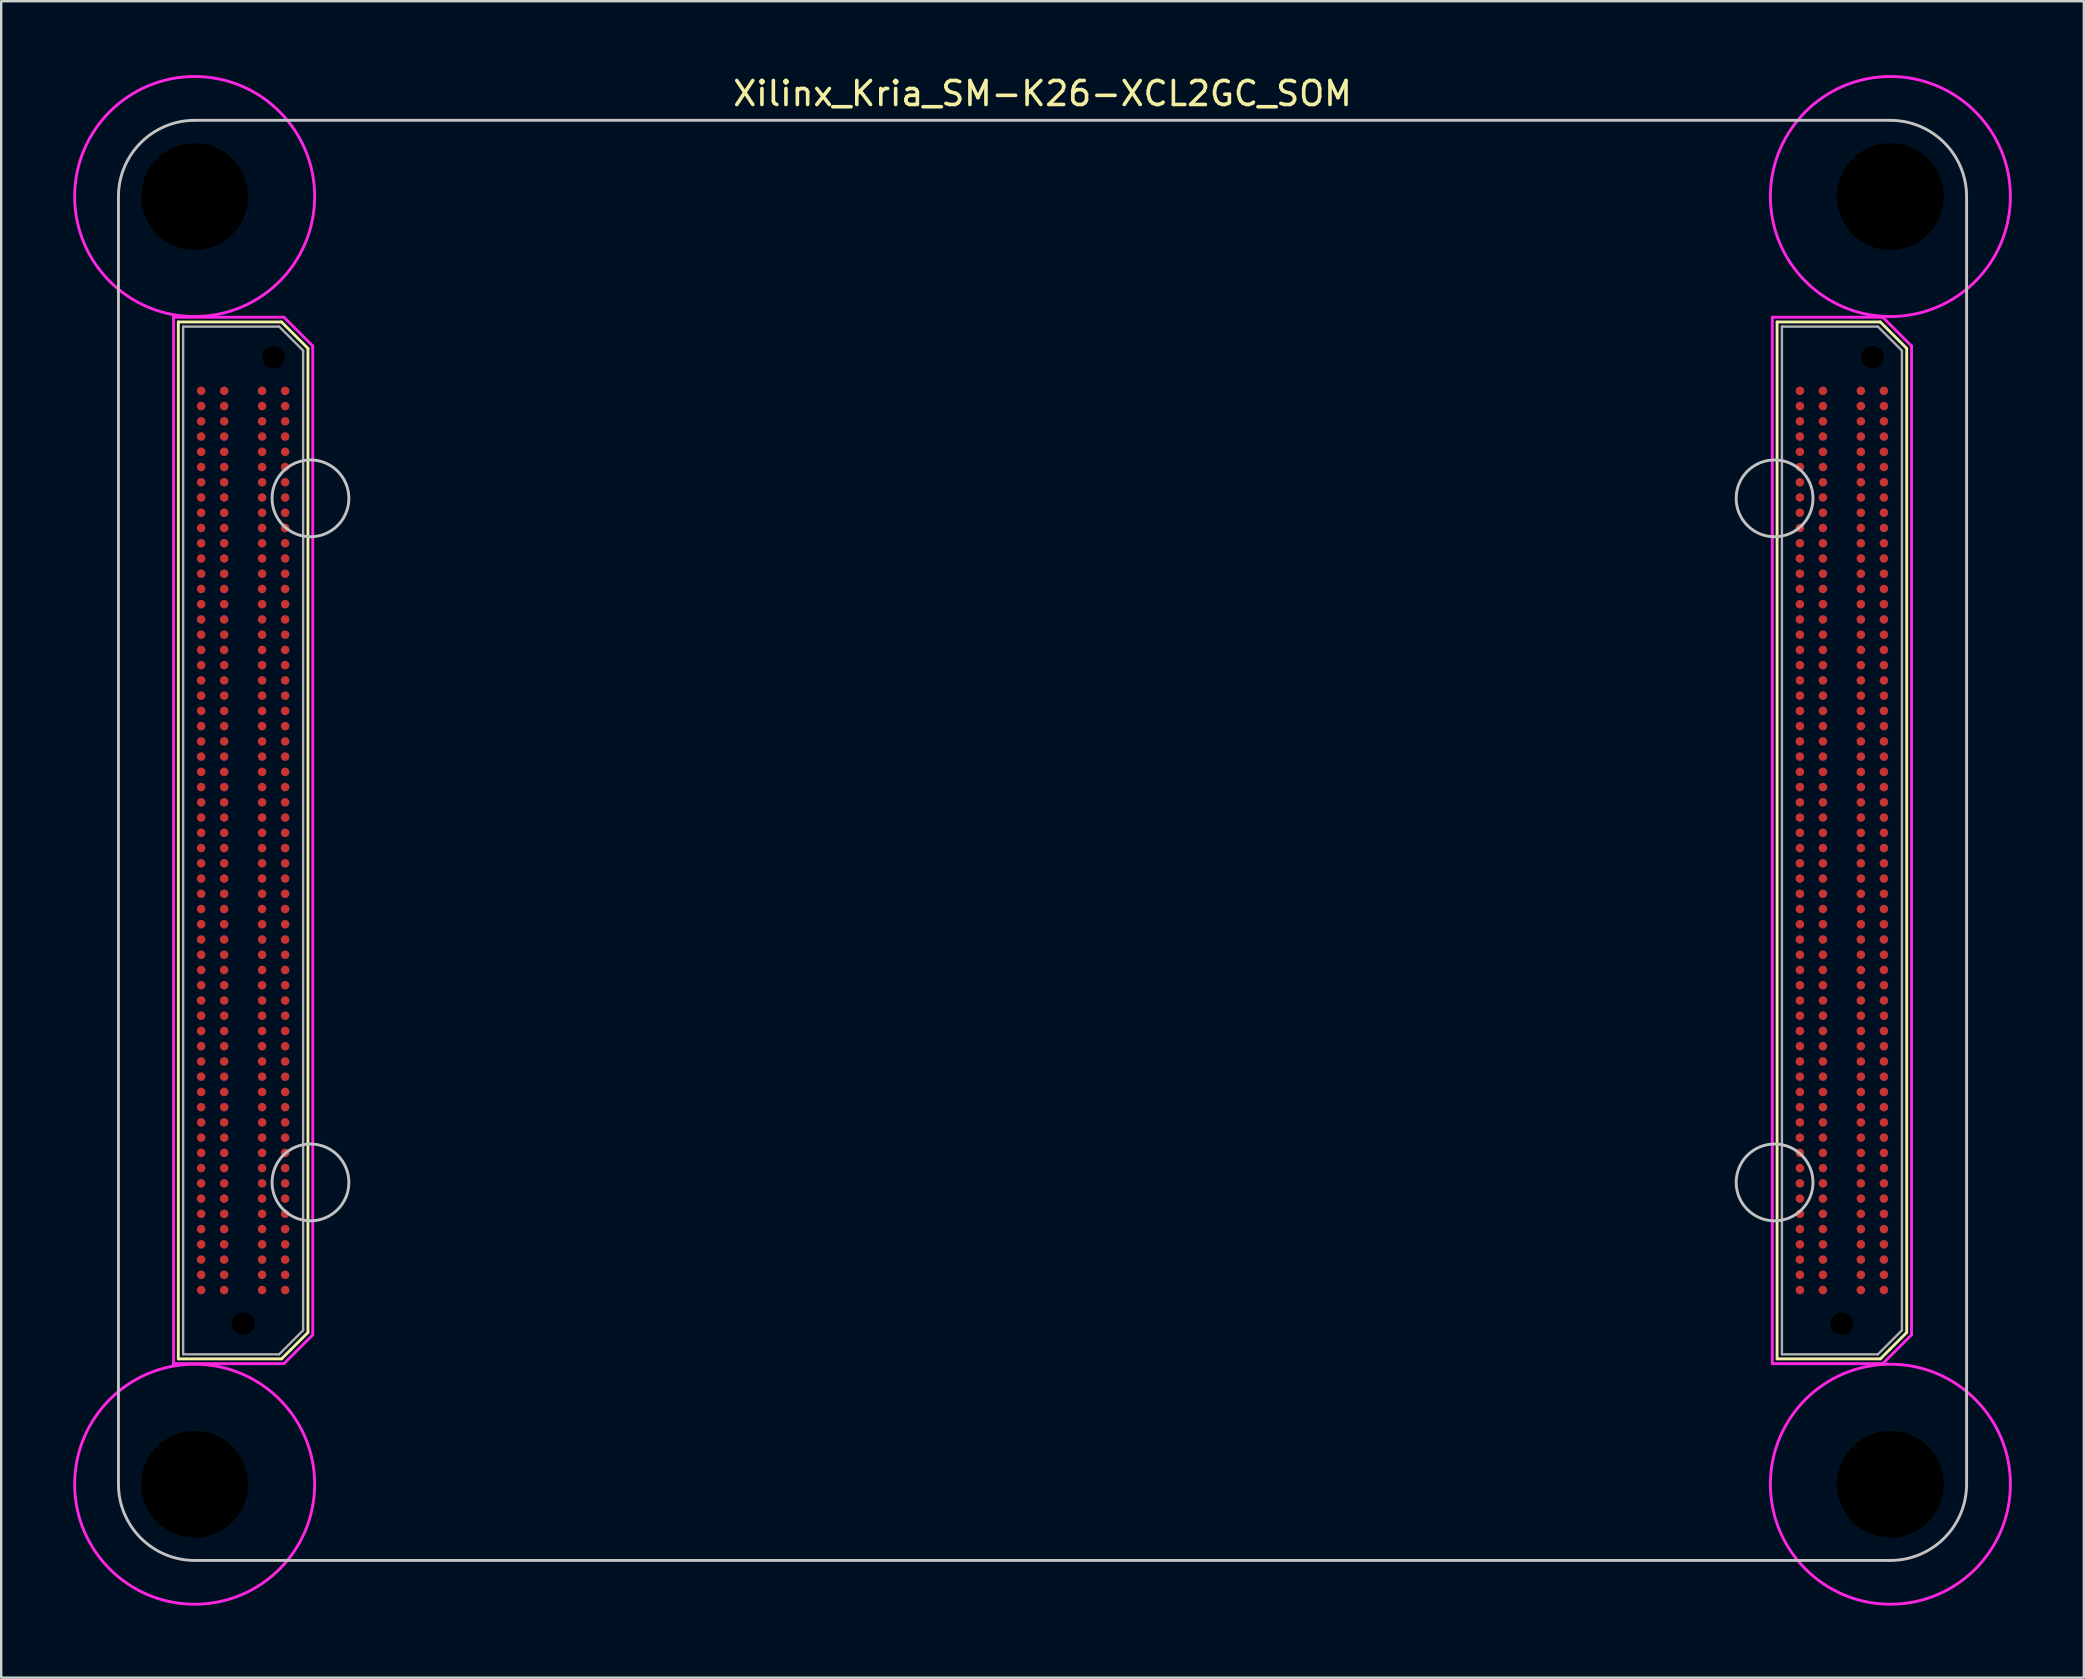
<source format=kicad_pcb>
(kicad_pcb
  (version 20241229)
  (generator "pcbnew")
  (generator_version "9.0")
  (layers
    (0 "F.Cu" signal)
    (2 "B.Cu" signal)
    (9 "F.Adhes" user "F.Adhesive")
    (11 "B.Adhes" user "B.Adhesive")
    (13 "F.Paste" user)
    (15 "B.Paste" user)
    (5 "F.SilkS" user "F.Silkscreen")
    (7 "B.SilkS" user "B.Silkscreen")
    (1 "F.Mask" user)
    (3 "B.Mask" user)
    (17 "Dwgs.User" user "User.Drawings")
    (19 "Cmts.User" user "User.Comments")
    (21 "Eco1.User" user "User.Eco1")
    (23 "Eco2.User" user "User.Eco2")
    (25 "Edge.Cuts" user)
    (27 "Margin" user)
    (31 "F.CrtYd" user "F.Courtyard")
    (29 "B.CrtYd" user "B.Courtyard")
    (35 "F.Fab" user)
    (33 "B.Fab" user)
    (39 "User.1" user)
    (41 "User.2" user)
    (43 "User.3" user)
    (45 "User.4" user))
  (footprint "Xilinx_Kria_SM-K26-XCL2GC_SOM"
    (layer "F.Cu")
    (at 40.385 31.963)
    (property "Reference" "Xilinx_Kria_SM-K26-XCL2GC_SOM" (at 0 -31.115 0) (unlocked yes) (layer "F.SilkS") (effects (font (size 1 1) (thickness 0.15))))
    (fp_line (start -36.005 -21.598) (end -36.005 21.602) (stroke (width 0.12) (type solid)) (layer "F.SilkS"))
    (fp_line (start -36.005 -21.598) (end -31.705 -21.598) (stroke (width 0.12) (type solid)) (layer "F.SilkS"))
    (fp_line (start -36.005 21.602) (end -31.705 21.602) (stroke (width 0.12) (type solid)) (layer "F.SilkS"))
    (fp_line (start -31.705 -21.598) (end -30.605 -20.497) (stroke (width 0.12) (type solid)) (layer "F.SilkS"))
    (fp_line (start -31.705 21.602) (end -31.305 21.203) (stroke (width 0.12) (type solid)) (layer "F.SilkS"))
    (fp_line (start -31.305 21.203) (end -30.605 20.503) (stroke (width 0.12) (type solid)) (layer "F.SilkS"))
    (fp_line (start -30.605 20.503) (end -30.605 -20.497) (stroke (width 0.12) (type solid)) (layer "F.SilkS"))
    (fp_line (start 30.605 -21.598) (end 30.605 21.602) (stroke (width 0.12) (type solid)) (layer "F.SilkS"))
    (fp_line (start 30.605 -21.598) (end 34.905 -21.598) (stroke (width 0.12) (type solid)) (layer "F.SilkS"))
    (fp_line (start 30.605 21.602) (end 34.905 21.602) (stroke (width 0.12) (type solid)) (layer "F.SilkS"))
    (fp_line (start 34.905 -21.598) (end 36.005 -20.497) (stroke (width 0.12) (type solid)) (layer "F.SilkS"))
    (fp_line (start 34.905 21.602) (end 35.305 21.203) (stroke (width 0.12) (type solid)) (layer "F.SilkS"))
    (fp_line (start 35.305 21.203) (end 36.005 20.503) (stroke (width 0.12) (type solid)) (layer "F.SilkS"))
    (fp_line (start 36.005 20.503) (end 36.005 -20.497) (stroke (width 0.12) (type solid)) (layer "F.SilkS"))
    (fp_line (start -38.5 -26.82) (end -38.5 26.82) (stroke (width 0.12) (type solid)) (layer "Dwgs.User"))
    (fp_line (start -35.32 -30) (end 35.32 -30) (stroke (width 0.12) (type solid)) (layer "Dwgs.User"))
    (fp_line (start 35.32 30) (end -35.32 30) (stroke (width 0.12) (type solid)) (layer "Dwgs.User"))
    (fp_line (start 38.5 26.82) (end 38.5 -26.82) (stroke (width 0.12) (type solid)) (layer "Dwgs.User"))
    (fp_arc (start -38.5 -26.82) (mid -37.568601 -29.068599) (end -35.320002 -30) (stroke (width 0.12) (type solid)) (layer "Dwgs.User"))
    (fp_arc (start -35.320001 30.000001) (mid -37.5686 29.0686) (end -38.5 26.82) (stroke (width 0.12) (type solid)) (layer "Dwgs.User"))
    (fp_arc (start 35.320001 -30.000001) (mid 37.5686 -29.0686) (end 38.5 -26.82) (stroke (width 0.12) (type solid)) (layer "Dwgs.User"))
    (fp_arc (start 38.5 26.82) (mid 37.568601 29.068599) (end 35.320002 30) (stroke (width 0.12) (type solid)) (layer "Dwgs.User"))
    (fp_circle (center -30.5 -14.25) (end -28.9 -14.25) (stroke (width 0.12) (type solid)) (fill no) (layer "Dwgs.User"))
    (fp_circle (center -30.5 14.25) (end -28.9 14.25) (stroke (width 0.12) (type solid)) (fill no) (layer "Dwgs.User"))
    (fp_circle (center 30.5 -14.25) (end 32.1 -14.25) (stroke (width 0.12) (type solid)) (fill no) (layer "Dwgs.User"))
    (fp_circle (center 30.5 14.25) (end 32.1 14.25) (stroke (width 0.12) (type solid)) (fill no) (layer "Dwgs.User"))
    (fp_line (start -36.205 21.802) (end -36.205 -21.797) (stroke (width 0.12) (type solid)) (layer "F.CrtYd"))
    (fp_line (start -31.605 -21.797) (end -36.205 -21.797) (stroke (width 0.12) (type solid)) (layer "F.CrtYd"))
    (fp_line (start -31.605 21.802) (end -36.205 21.802) (stroke (width 0.12) (type solid)) (layer "F.CrtYd"))
    (fp_line (start -30.405 -20.598) (end -31.605 -21.797) (stroke (width 0.12) (type solid)) (layer "F.CrtYd"))
    (fp_line (start -30.405 -20.497) (end -30.405 -20.598) (stroke (width 0.12) (type solid)) (layer "F.CrtYd"))
    (fp_line (start -30.405 -20.497) (end -30.405 20.602) (stroke (width 0.12) (type solid)) (layer "F.CrtYd"))
    (fp_line (start -30.405 20.602) (end -31.605 21.802) (stroke (width 0.12) (type solid)) (layer "F.CrtYd"))
    (fp_line (start 30.405 21.802) (end 30.405 -21.797) (stroke (width 0.12) (type solid)) (layer "F.CrtYd"))
    (fp_line (start 35.005 -21.797) (end 30.405 -21.797) (stroke (width 0.12) (type solid)) (layer "F.CrtYd"))
    (fp_line (start 35.005 21.802) (end 30.405 21.802) (stroke (width 0.12) (type solid)) (layer "F.CrtYd"))
    (fp_line (start 36.205 -20.598) (end 35.005 -21.797) (stroke (width 0.12) (type solid)) (layer "F.CrtYd"))
    (fp_line (start 36.205 -20.497) (end 36.205 -20.598) (stroke (width 0.12) (type solid)) (layer "F.CrtYd"))
    (fp_line (start 36.205 -20.497) (end 36.205 20.602) (stroke (width 0.12) (type solid)) (layer "F.CrtYd"))
    (fp_line (start 36.205 20.602) (end 35.005 21.802) (stroke (width 0.12) (type solid)) (layer "F.CrtYd"))
    (fp_circle (center -35.325 -26.825) (end -30.325 -26.825) (stroke (width 0.12) (type solid)) (fill no) (layer "F.CrtYd"))
    (fp_circle (center -35.325 26.825) (end -30.325 26.825) (stroke (width 0.12) (type solid)) (fill no) (layer "F.CrtYd"))
    (fp_circle (center 35.325 -26.825) (end 40.325 -26.825) (stroke (width 0.12) (type solid)) (fill no) (layer "F.CrtYd"))
    (fp_circle (center 35.325 26.825) (end 40.325 26.825) (stroke (width 0.12) (type solid)) (fill no) (layer "F.CrtYd"))
    (fp_line (start -35.805 -21.407) (end -35.805 21.413) (stroke (width 0.1) (type solid)) (layer "F.Fab"))
    (fp_line (start -35.805 -21.407) (end -31.805 -21.407) (stroke (width 0.1) (type solid)) (layer "F.Fab"))
    (fp_line (start -35.805 21.413) (end -31.805 21.413) (stroke (width 0.1) (type solid)) (layer "F.Fab"))
    (fp_line (start -30.805 -20.407) (end -31.805 -21.407) (stroke (width 0.1) (type solid)) (layer "F.Fab"))
    (fp_line (start -30.805 -20.407) (end -30.805 20.413) (stroke (width 0.1) (type solid)) (layer "F.Fab"))
    (fp_line (start -30.805 20.413) (end -31.805 21.413) (stroke (width 0.1) (type solid)) (layer "F.Fab"))
    (fp_line (start 30.805 -21.407) (end 30.805 21.413) (stroke (width 0.1) (type solid)) (layer "F.Fab"))
    (fp_line (start 30.805 -21.407) (end 34.805 -21.407) (stroke (width 0.1) (type solid)) (layer "F.Fab"))
    (fp_line (start 30.805 21.413) (end 34.805 21.413) (stroke (width 0.1) (type solid)) (layer "F.Fab"))
    (fp_line (start 35.805 -20.407) (end 34.805 -21.407) (stroke (width 0.1) (type solid)) (layer "F.Fab"))
    (fp_line (start 35.805 -20.407) (end 35.805 20.413) (stroke (width 0.1) (type solid)) (layer "F.Fab"))
    (fp_line (start 35.805 20.413) (end 34.805 21.413) (stroke (width 0.1) (type solid)) (layer "F.Fab"))
    (pad "" np_thru_hole circle (at -35.325 -26.825) (size 5 5) (drill 4.45) (layers "*.Mask"))
    (pad "" np_thru_hole circle (at -35.325 26.825) (size 5 5) (drill 4.45) (layers "*.Mask"))
    (pad "" np_thru_hole circle (at -33.305 20.137 270) (size 1.05 1.05) (drill 0.95) (layers "*.Mask"))
    (pad "" np_thru_hole circle (at -32.035 -20.133 270) (size 1.05 1.05) (drill 0.95) (layers "*.Mask"))
    (pad "" np_thru_hole circle (at 33.305 20.137 270) (size 1.05 1.05) (drill 0.95) (layers "*.Mask"))
    (pad "" np_thru_hole circle (at 34.575 -20.133 270) (size 1.05 1.05) (drill 0.95) (layers "*.Mask"))
    (pad "" np_thru_hole circle (at 35.325 -26.825) (size 5 5) (drill 4.45) (layers "*.Mask"))
    (pad "" np_thru_hole circle (at 35.325 26.825) (size 5 5) (drill 4.45) (layers "*.Mask"))
    (pad "A1_1" smd circle (at -31.555 18.735 270) (size 0.356 0.356) (layers "F.Cu" "F.Mask" "F.Paste"))
    (pad "A1_2" smd circle (at 35.055 18.735 270) (size 0.356 0.356) (layers "F.Cu" "F.Mask" "F.Paste"))
    (pad "A2_1" smd circle (at -31.555 18.1 270) (size 0.356 0.356) (layers "F.Cu" "F.Mask" "F.Paste"))
    (pad "A2_2" smd circle (at 35.055 18.1 270) (size 0.356 0.356) (layers "F.Cu" "F.Mask" "F.Paste"))
    (pad "A3_1" smd circle (at -31.555 17.465 270) (size 0.356 0.356) (layers "F.Cu" "F.Mask" "F.Paste"))
    (pad "A3_2" smd circle (at 35.055 17.465 270) (size 0.356 0.356) (layers "F.Cu" "F.Mask" "F.Paste"))
    (pad "A4_1" smd circle (at -31.555 16.83 270) (size 0.356 0.356) (layers "F.Cu" "F.Mask" "F.Paste"))
    (pad "A4_2" smd circle (at 35.055 16.83 270) (size 0.356 0.356) (layers "F.Cu" "F.Mask" "F.Paste"))
    (pad "A5_1" smd circle (at -31.555 16.195 270) (size 0.356 0.356) (layers "F.Cu" "F.Mask" "F.Paste"))
    (pad "A5_2" smd circle (at 35.055 16.195 270) (size 0.356 0.356) (layers "F.Cu" "F.Mask" "F.Paste"))
    (pad "A6_1" smd circle (at -31.555 15.56 270) (size 0.356 0.356) (layers "F.Cu" "F.Mask" "F.Paste"))
    (pad "A6_2" smd circle (at 35.055 15.56 270) (size 0.356 0.356) (layers "F.Cu" "F.Mask" "F.Paste"))
    (pad "A7_1" smd circle (at -31.555 14.925 270) (size 0.356 0.356) (layers "F.Cu" "F.Mask" "F.Paste"))
    (pad "A7_2" smd circle (at 35.055 14.925 270) (size 0.356 0.356) (layers "F.Cu" "F.Mask" "F.Paste"))
    (pad "A8_1" smd circle (at -31.555 14.29 270) (size 0.356 0.356) (layers "F.Cu" "F.Mask" "F.Paste"))
    (pad "A8_2" smd circle (at 35.055 14.29 270) (size 0.356 0.356) (layers "F.Cu" "F.Mask" "F.Paste"))
    (pad "A9_1" smd circle (at -31.555 13.655 270) (size 0.356 0.356) (layers "F.Cu" "F.Mask" "F.Paste"))
    (pad "A9_2" smd circle (at 35.055 13.655 270) (size 0.356 0.356) (layers "F.Cu" "F.Mask" "F.Paste"))
    (pad "A10_1" smd circle (at -31.555 13.02 270) (size 0.356 0.356) (layers "F.Cu" "F.Mask" "F.Paste"))
    (pad "A10_2" smd circle (at 35.055 13.02 270) (size 0.356 0.356) (layers "F.Cu" "F.Mask" "F.Paste"))
    (pad "A11_1" smd circle (at -31.555 12.385 270) (size 0.356 0.356) (layers "F.Cu" "F.Mask" "F.Paste"))
    (pad "A11_2" smd circle (at 35.055 12.385 270) (size 0.356 0.356) (layers "F.Cu" "F.Mask" "F.Paste"))
    (pad "A12_1" smd circle (at -31.555 11.75 270) (size 0.356 0.356) (layers "F.Cu" "F.Mask" "F.Paste"))
    (pad "A12_2" smd circle (at 35.055 11.75 270) (size 0.356 0.356) (layers "F.Cu" "F.Mask" "F.Paste"))
    (pad "A13_1" smd circle (at -31.555 11.115 270) (size 0.356 0.356) (layers "F.Cu" "F.Mask" "F.Paste"))
    (pad "A13_2" smd circle (at 35.055 11.115 270) (size 0.356 0.356) (layers "F.Cu" "F.Mask" "F.Paste"))
    (pad "A14_1" smd circle (at -31.555 10.48 270) (size 0.356 0.356) (layers "F.Cu" "F.Mask" "F.Paste"))
    (pad "A14_2" smd circle (at 35.055 10.48 270) (size 0.356 0.356) (layers "F.Cu" "F.Mask" "F.Paste"))
    (pad "A15_1" smd circle (at -31.555 9.845 270) (size 0.356 0.356) (layers "F.Cu" "F.Mask" "F.Paste"))
    (pad "A15_2" smd circle (at 35.055 9.845 270) (size 0.356 0.356) (layers "F.Cu" "F.Mask" "F.Paste"))
    (pad "A16_1" smd circle (at -31.555 9.21 270) (size 0.356 0.356) (layers "F.Cu" "F.Mask" "F.Paste"))
    (pad "A16_2" smd circle (at 35.055 9.21 270) (size 0.356 0.356) (layers "F.Cu" "F.Mask" "F.Paste"))
    (pad "A17_1" smd circle (at -31.555 8.575 270) (size 0.356 0.356) (layers "F.Cu" "F.Mask" "F.Paste"))
    (pad "A17_2" smd circle (at 35.055 8.575 270) (size 0.356 0.356) (layers "F.Cu" "F.Mask" "F.Paste"))
    (pad "A18_1" smd circle (at -31.555 7.94 270) (size 0.356 0.356) (layers "F.Cu" "F.Mask" "F.Paste"))
    (pad "A18_2" smd circle (at 35.055 7.94 270) (size 0.356 0.356) (layers "F.Cu" "F.Mask" "F.Paste"))
    (pad "A19_1" smd circle (at -31.555 7.305 270) (size 0.356 0.356) (layers "F.Cu" "F.Mask" "F.Paste"))
    (pad "A19_2" smd circle (at 35.055 7.305 270) (size 0.356 0.356) (layers "F.Cu" "F.Mask" "F.Paste"))
    (pad "A20_1" smd circle (at -31.555 6.67 270) (size 0.356 0.356) (layers "F.Cu" "F.Mask" "F.Paste"))
    (pad "A20_2" smd circle (at 35.055 6.67 270) (size 0.356 0.356) (layers "F.Cu" "F.Mask" "F.Paste"))
    (pad "A21_1" smd circle (at -31.555 6.035 270) (size 0.356 0.356) (layers "F.Cu" "F.Mask" "F.Paste"))
    (pad "A21_2" smd circle (at 35.055 6.035 270) (size 0.356 0.356) (layers "F.Cu" "F.Mask" "F.Paste"))
    (pad "A22_1" smd circle (at -31.555 5.4 270) (size 0.356 0.356) (layers "F.Cu" "F.Mask" "F.Paste"))
    (pad "A22_2" smd circle (at 35.055 5.4 270) (size 0.356 0.356) (layers "F.Cu" "F.Mask" "F.Paste"))
    (pad "A23_1" smd circle (at -31.555 4.765 270) (size 0.356 0.356) (layers "F.Cu" "F.Mask" "F.Paste"))
    (pad "A23_2" smd circle (at 35.055 4.765 270) (size 0.356 0.356) (layers "F.Cu" "F.Mask" "F.Paste"))
    (pad "A24_1" smd circle (at -31.555 4.13 270) (size 0.356 0.356) (layers "F.Cu" "F.Mask" "F.Paste"))
    (pad "A24_2" smd circle (at 35.055 4.13 270) (size 0.356 0.356) (layers "F.Cu" "F.Mask" "F.Paste"))
    (pad "A25_1" smd circle (at -31.555 3.495 270) (size 0.356 0.356) (layers "F.Cu" "F.Mask" "F.Paste"))
    (pad "A25_2" smd circle (at 35.055 3.495 270) (size 0.356 0.356) (layers "F.Cu" "F.Mask" "F.Paste"))
    (pad "A26_1" smd circle (at -31.555 2.86 270) (size 0.356 0.356) (layers "F.Cu" "F.Mask" "F.Paste"))
    (pad "A26_2" smd circle (at 35.055 2.86 270) (size 0.356 0.356) (layers "F.Cu" "F.Mask" "F.Paste"))
    (pad "A27_1" smd circle (at -31.555 2.225 270) (size 0.356 0.356) (layers "F.Cu" "F.Mask" "F.Paste"))
    (pad "A27_2" smd circle (at 35.055 2.225 270) (size 0.356 0.356) (layers "F.Cu" "F.Mask" "F.Paste"))
    (pad "A28_1" smd circle (at -31.555 1.59 270) (size 0.356 0.356) (layers "F.Cu" "F.Mask" "F.Paste"))
    (pad "A28_2" smd circle (at 35.055 1.59 270) (size 0.356 0.356) (layers "F.Cu" "F.Mask" "F.Paste"))
    (pad "A29_1" smd circle (at -31.555 0.955 270) (size 0.356 0.356) (layers "F.Cu" "F.Mask" "F.Paste"))
    (pad "A29_2" smd circle (at 35.055 0.955 270) (size 0.356 0.356) (layers "F.Cu" "F.Mask" "F.Paste"))
    (pad "A30_1" smd circle (at -31.555 0.32 270) (size 0.356 0.356) (layers "F.Cu" "F.Mask" "F.Paste"))
    (pad "A30_2" smd circle (at 35.055 0.32 270) (size 0.356 0.356) (layers "F.Cu" "F.Mask" "F.Paste"))
    (pad "A31_1" smd circle (at -31.555 -0.315 270) (size 0.356 0.356) (layers "F.Cu" "F.Mask" "F.Paste"))
    (pad "A31_2" smd circle (at 35.055 -0.315 270) (size 0.356 0.356) (layers "F.Cu" "F.Mask" "F.Paste"))
    (pad "A32_1" smd circle (at -31.555 -0.95 270) (size 0.356 0.356) (layers "F.Cu" "F.Mask" "F.Paste"))
    (pad "A32_2" smd circle (at 35.055 -0.95 270) (size 0.356 0.356) (layers "F.Cu" "F.Mask" "F.Paste"))
    (pad "A33_1" smd circle (at -31.555 -1.585 270) (size 0.356 0.356) (layers "F.Cu" "F.Mask" "F.Paste"))
    (pad "A33_2" smd circle (at 35.055 -1.585 270) (size 0.356 0.356) (layers "F.Cu" "F.Mask" "F.Paste"))
    (pad "A34_1" smd circle (at -31.555 -2.22 270) (size 0.356 0.356) (layers "F.Cu" "F.Mask" "F.Paste"))
    (pad "A34_2" smd circle (at 35.055 -2.22 270) (size 0.356 0.356) (layers "F.Cu" "F.Mask" "F.Paste"))
    (pad "A35_1" smd circle (at -31.555 -2.855 270) (size 0.356 0.356) (layers "F.Cu" "F.Mask" "F.Paste"))
    (pad "A35_2" smd circle (at 35.055 -2.855 270) (size 0.356 0.356) (layers "F.Cu" "F.Mask" "F.Paste"))
    (pad "A36_1" smd circle (at -31.555 -3.49 270) (size 0.356 0.356) (layers "F.Cu" "F.Mask" "F.Paste"))
    (pad "A36_2" smd circle (at 35.055 -3.49 270) (size 0.356 0.356) (layers "F.Cu" "F.Mask" "F.Paste"))
    (pad "A37_1" smd circle (at -31.555 -4.125 270) (size 0.356 0.356) (layers "F.Cu" "F.Mask" "F.Paste"))
    (pad "A37_2" smd circle (at 35.055 -4.125 270) (size 0.356 0.356) (layers "F.Cu" "F.Mask" "F.Paste"))
    (pad "A38_1" smd circle (at -31.555 -4.76 270) (size 0.356 0.356) (layers "F.Cu" "F.Mask" "F.Paste"))
    (pad "A38_2" smd circle (at 35.055 -4.76 270) (size 0.356 0.356) (layers "F.Cu" "F.Mask" "F.Paste"))
    (pad "A39_1" smd circle (at -31.555 -5.395 270) (size 0.356 0.356) (layers "F.Cu" "F.Mask" "F.Paste"))
    (pad "A39_2" smd circle (at 35.055 -5.395 270) (size 0.356 0.356) (layers "F.Cu" "F.Mask" "F.Paste"))
    (pad "A40_1" smd circle (at -31.555 -6.03 270) (size 0.356 0.356) (layers "F.Cu" "F.Mask" "F.Paste"))
    (pad "A40_2" smd circle (at 35.055 -6.03 270) (size 0.356 0.356) (layers "F.Cu" "F.Mask" "F.Paste"))
    (pad "A41_1" smd circle (at -31.555 -6.665 270) (size 0.356 0.356) (layers "F.Cu" "F.Mask" "F.Paste"))
    (pad "A41_2" smd circle (at 35.055 -6.665 270) (size 0.356 0.356) (layers "F.Cu" "F.Mask" "F.Paste"))
    (pad "A42_1" smd circle (at -31.555 -7.3 270) (size 0.356 0.356) (layers "F.Cu" "F.Mask" "F.Paste"))
    (pad "A42_2" smd circle (at 35.055 -7.3 270) (size 0.356 0.356) (layers "F.Cu" "F.Mask" "F.Paste"))
    (pad "A43_1" smd circle (at -31.555 -7.935 270) (size 0.356 0.356) (layers "F.Cu" "F.Mask" "F.Paste"))
    (pad "A43_2" smd circle (at 35.055 -7.935 270) (size 0.356 0.356) (layers "F.Cu" "F.Mask" "F.Paste"))
    (pad "A44_1" smd circle (at -31.555 -8.57 270) (size 0.356 0.356) (layers "F.Cu" "F.Mask" "F.Paste"))
    (pad "A44_2" smd circle (at 35.055 -8.57 270) (size 0.356 0.356) (layers "F.Cu" "F.Mask" "F.Paste"))
    (pad "A45_1" smd circle (at -31.555 -9.205 270) (size 0.356 0.356) (layers "F.Cu" "F.Mask" "F.Paste"))
    (pad "A45_2" smd circle (at 35.055 -9.205 270) (size 0.356 0.356) (layers "F.Cu" "F.Mask" "F.Paste"))
    (pad "A46_1" smd circle (at -31.555 -9.84 270) (size 0.356 0.356) (layers "F.Cu" "F.Mask" "F.Paste"))
    (pad "A46_2" smd circle (at 35.055 -9.84 270) (size 0.356 0.356) (layers "F.Cu" "F.Mask" "F.Paste"))
    (pad "A47_1" smd circle (at -31.555 -10.475 270) (size 0.356 0.356) (layers "F.Cu" "F.Mask" "F.Paste"))
    (pad "A47_2" smd circle (at 35.055 -10.475 270) (size 0.356 0.356) (layers "F.Cu" "F.Mask" "F.Paste"))
    (pad "A48_1" smd circle (at -31.555 -11.11 270) (size 0.356 0.356) (layers "F.Cu" "F.Mask" "F.Paste"))
    (pad "A48_2" smd circle (at 35.055 -11.11 270) (size 0.356 0.356) (layers "F.Cu" "F.Mask" "F.Paste"))
    (pad "A49_1" smd circle (at -31.555 -11.745 270) (size 0.356 0.356) (layers "F.Cu" "F.Mask" "F.Paste"))
    (pad "A49_2" smd circle (at 35.055 -11.745 270) (size 0.356 0.356) (layers "F.Cu" "F.Mask" "F.Paste"))
    (pad "A50_1" smd circle (at -31.555 -12.38 270) (size 0.356 0.356) (layers "F.Cu" "F.Mask" "F.Paste"))
    (pad "A50_2" smd circle (at 35.055 -12.38 270) (size 0.356 0.356) (layers "F.Cu" "F.Mask" "F.Paste"))
    (pad "A51_1" smd circle (at -31.555 -13.015 270) (size 0.356 0.356) (layers "F.Cu" "F.Mask" "F.Paste"))
    (pad "A51_2" smd circle (at 35.055 -13.015 270) (size 0.356 0.356) (layers "F.Cu" "F.Mask" "F.Paste"))
    (pad "A52_1" smd circle (at -31.555 -13.65 270) (size 0.356 0.356) (layers "F.Cu" "F.Mask" "F.Paste"))
    (pad "A52_2" smd circle (at 35.055 -13.65 270) (size 0.356 0.356) (layers "F.Cu" "F.Mask" "F.Paste"))
    (pad "A53_1" smd circle (at -31.555 -14.285 270) (size 0.356 0.356) (layers "F.Cu" "F.Mask" "F.Paste"))
    (pad "A53_2" smd circle (at 35.055 -14.285 270) (size 0.356 0.356) (layers "F.Cu" "F.Mask" "F.Paste"))
    (pad "A54_1" smd circle (at -31.555 -14.92 270) (size 0.356 0.356) (layers "F.Cu" "F.Mask" "F.Paste"))
    (pad "A54_2" smd circle (at 35.055 -14.92 270) (size 0.356 0.356) (layers "F.Cu" "F.Mask" "F.Paste"))
    (pad "A55_1" smd circle (at -31.555 -15.555 270) (size 0.356 0.356) (layers "F.Cu" "F.Mask" "F.Paste"))
    (pad "A55_2" smd circle (at 35.055 -15.555 270) (size 0.356 0.356) (layers "F.Cu" "F.Mask" "F.Paste"))
    (pad "A56_1" smd circle (at -31.555 -16.19 270) (size 0.356 0.356) (layers "F.Cu" "F.Mask" "F.Paste"))
    (pad "A56_2" smd circle (at 35.055 -16.19 270) (size 0.356 0.356) (layers "F.Cu" "F.Mask" "F.Paste"))
    (pad "A57_1" smd circle (at -31.555 -16.825 270) (size 0.356 0.356) (layers "F.Cu" "F.Mask" "F.Paste"))
    (pad "A57_2" smd circle (at 35.055 -16.825 270) (size 0.356 0.356) (layers "F.Cu" "F.Mask" "F.Paste"))
    (pad "A58_1" smd circle (at -31.555 -17.46 270) (size 0.356 0.356) (layers "F.Cu" "F.Mask" "F.Paste"))
    (pad "A58_2" smd circle (at 35.055 -17.46 270) (size 0.356 0.356) (layers "F.Cu" "F.Mask" "F.Paste"))
    (pad "A59_1" smd circle (at -31.555 -18.095 270) (size 0.356 0.356) (layers "F.Cu" "F.Mask" "F.Paste"))
    (pad "A59_2" smd circle (at 35.055 -18.095 270) (size 0.356 0.356) (layers "F.Cu" "F.Mask" "F.Paste"))
    (pad "A60_1" smd circle (at -31.555 -18.73 270) (size 0.356 0.356) (layers "F.Cu" "F.Mask" "F.Paste"))
    (pad "A60_2" smd circle (at 35.055 -18.73 270) (size 0.356 0.356) (layers "F.Cu" "F.Mask" "F.Paste"))
    (pad "B1_1" smd circle (at -32.515 18.735 270) (size 0.356 0.356) (layers "F.Cu" "F.Mask" "F.Paste"))
    (pad "B1_2" smd circle (at 34.095 18.735 270) (size 0.356 0.356) (layers "F.Cu" "F.Mask" "F.Paste"))
    (pad "B2_1" smd circle (at -32.515 18.1 270) (size 0.356 0.356) (layers "F.Cu" "F.Mask" "F.Paste"))
    (pad "B2_2" smd circle (at 34.095 18.1 270) (size 0.356 0.356) (layers "F.Cu" "F.Mask" "F.Paste"))
    (pad "B3_1" smd circle (at -32.515 17.465 270) (size 0.356 0.356) (layers "F.Cu" "F.Mask" "F.Paste"))
    (pad "B3_2" smd circle (at 34.095 17.465 270) (size 0.356 0.356) (layers "F.Cu" "F.Mask" "F.Paste"))
    (pad "B4_1" smd circle (at -32.515 16.83 270) (size 0.356 0.356) (layers "F.Cu" "F.Mask" "F.Paste"))
    (pad "B4_2" smd circle (at 34.095 16.83 270) (size 0.356 0.356) (layers "F.Cu" "F.Mask" "F.Paste"))
    (pad "B5_1" smd circle (at -32.515 16.195 270) (size 0.356 0.356) (layers "F.Cu" "F.Mask" "F.Paste"))
    (pad "B5_2" smd circle (at 34.095 16.195 270) (size 0.356 0.356) (layers "F.Cu" "F.Mask" "F.Paste"))
    (pad "B6_1" smd circle (at -32.515 15.56 270) (size 0.356 0.356) (layers "F.Cu" "F.Mask" "F.Paste"))
    (pad "B6_2" smd circle (at 34.095 15.56 270) (size 0.356 0.356) (layers "F.Cu" "F.Mask" "F.Paste"))
    (pad "B7_1" smd circle (at -32.515 14.925 270) (size 0.356 0.356) (layers "F.Cu" "F.Mask" "F.Paste"))
    (pad "B7_2" smd circle (at 34.095 14.925 270) (size 0.356 0.356) (layers "F.Cu" "F.Mask" "F.Paste"))
    (pad "B8_1" smd circle (at -32.515 14.29 270) (size 0.356 0.356) (layers "F.Cu" "F.Mask" "F.Paste"))
    (pad "B8_2" smd circle (at 34.095 14.29 270) (size 0.356 0.356) (layers "F.Cu" "F.Mask" "F.Paste"))
    (pad "B9_1" smd circle (at -32.515 13.655 270) (size 0.356 0.356) (layers "F.Cu" "F.Mask" "F.Paste"))
    (pad "B9_2" smd circle (at 34.095 13.655 270) (size 0.356 0.356) (layers "F.Cu" "F.Mask" "F.Paste"))
    (pad "B10_1" smd circle (at -32.515 13.02 270) (size 0.356 0.356) (layers "F.Cu" "F.Mask" "F.Paste"))
    (pad "B10_2" smd circle (at 34.095 13.02 270) (size 0.356 0.356) (layers "F.Cu" "F.Mask" "F.Paste"))
    (pad "B11_1" smd circle (at -32.515 12.385 270) (size 0.356 0.356) (layers "F.Cu" "F.Mask" "F.Paste"))
    (pad "B11_2" smd circle (at 34.095 12.385 270) (size 0.356 0.356) (layers "F.Cu" "F.Mask" "F.Paste"))
    (pad "B12_1" smd circle (at -32.515 11.75 270) (size 0.356 0.356) (layers "F.Cu" "F.Mask" "F.Paste"))
    (pad "B12_2" smd circle (at 34.095 11.75 270) (size 0.356 0.356) (layers "F.Cu" "F.Mask" "F.Paste"))
    (pad "B13_1" smd circle (at -32.515 11.115 270) (size 0.356 0.356) (layers "F.Cu" "F.Mask" "F.Paste"))
    (pad "B13_2" smd circle (at 34.095 11.115 270) (size 0.356 0.356) (layers "F.Cu" "F.Mask" "F.Paste"))
    (pad "B14_1" smd circle (at -32.515 10.48 270) (size 0.356 0.356) (layers "F.Cu" "F.Mask" "F.Paste"))
    (pad "B14_2" smd circle (at 34.095 10.48 270) (size 0.356 0.356) (layers "F.Cu" "F.Mask" "F.Paste"))
    (pad "B15_1" smd circle (at -32.515 9.845 270) (size 0.356 0.356) (layers "F.Cu" "F.Mask" "F.Paste"))
    (pad "B15_2" smd circle (at 34.095 9.845 270) (size 0.356 0.356) (layers "F.Cu" "F.Mask" "F.Paste"))
    (pad "B16_1" smd circle (at -32.515 9.21 270) (size 0.356 0.356) (layers "F.Cu" "F.Mask" "F.Paste"))
    (pad "B16_2" smd circle (at 34.095 9.21 270) (size 0.356 0.356) (layers "F.Cu" "F.Mask" "F.Paste"))
    (pad "B17_1" smd circle (at -32.515 8.575 270) (size 0.356 0.356) (layers "F.Cu" "F.Mask" "F.Paste"))
    (pad "B17_2" smd circle (at 34.095 8.575 270) (size 0.356 0.356) (layers "F.Cu" "F.Mask" "F.Paste"))
    (pad "B18_1" smd circle (at -32.515 7.94 270) (size 0.356 0.356) (layers "F.Cu" "F.Mask" "F.Paste"))
    (pad "B18_2" smd circle (at 34.095 7.94 270) (size 0.356 0.356) (layers "F.Cu" "F.Mask" "F.Paste"))
    (pad "B19_1" smd circle (at -32.515 7.305 270) (size 0.356 0.356) (layers "F.Cu" "F.Mask" "F.Paste"))
    (pad "B19_2" smd circle (at 34.095 7.305 270) (size 0.356 0.356) (layers "F.Cu" "F.Mask" "F.Paste"))
    (pad "B20_1" smd circle (at -32.515 6.67 270) (size 0.356 0.356) (layers "F.Cu" "F.Mask" "F.Paste"))
    (pad "B20_2" smd circle (at 34.095 6.67 270) (size 0.356 0.356) (layers "F.Cu" "F.Mask" "F.Paste"))
    (pad "B21_1" smd circle (at -32.515 6.035 270) (size 0.356 0.356) (layers "F.Cu" "F.Mask" "F.Paste"))
    (pad "B21_2" smd circle (at 34.095 6.035 270) (size 0.356 0.356) (layers "F.Cu" "F.Mask" "F.Paste"))
    (pad "B22_1" smd circle (at -32.515 5.4 270) (size 0.356 0.356) (layers "F.Cu" "F.Mask" "F.Paste"))
    (pad "B22_2" smd circle (at 34.095 5.4 270) (size 0.356 0.356) (layers "F.Cu" "F.Mask" "F.Paste"))
    (pad "B23_1" smd circle (at -32.515 4.765 270) (size 0.356 0.356) (layers "F.Cu" "F.Mask" "F.Paste"))
    (pad "B23_2" smd circle (at 34.095 4.765 270) (size 0.356 0.356) (layers "F.Cu" "F.Mask" "F.Paste"))
    (pad "B24_1" smd circle (at -32.515 4.13 270) (size 0.356 0.356) (layers "F.Cu" "F.Mask" "F.Paste"))
    (pad "B24_2" smd circle (at 34.095 4.13 270) (size 0.356 0.356) (layers "F.Cu" "F.Mask" "F.Paste"))
    (pad "B25_1" smd circle (at -32.515 3.495 270) (size 0.356 0.356) (layers "F.Cu" "F.Mask" "F.Paste"))
    (pad "B25_2" smd circle (at 34.095 3.495 270) (size 0.356 0.356) (layers "F.Cu" "F.Mask" "F.Paste"))
    (pad "B26_1" smd circle (at -32.515 2.86 270) (size 0.356 0.356) (layers "F.Cu" "F.Mask" "F.Paste"))
    (pad "B26_2" smd circle (at 34.095 2.86 270) (size 0.356 0.356) (layers "F.Cu" "F.Mask" "F.Paste"))
    (pad "B27_1" smd circle (at -32.515 2.225 270) (size 0.356 0.356) (layers "F.Cu" "F.Mask" "F.Paste"))
    (pad "B27_2" smd circle (at 34.095 2.225 270) (size 0.356 0.356) (layers "F.Cu" "F.Mask" "F.Paste"))
    (pad "B28_1" smd circle (at -32.515 1.59 270) (size 0.356 0.356) (layers "F.Cu" "F.Mask" "F.Paste"))
    (pad "B28_2" smd circle (at 34.095 1.59 270) (size 0.356 0.356) (layers "F.Cu" "F.Mask" "F.Paste"))
    (pad "B29_1" smd circle (at -32.515 0.955 270) (size 0.356 0.356) (layers "F.Cu" "F.Mask" "F.Paste"))
    (pad "B29_2" smd circle (at 34.095 0.955 270) (size 0.356 0.356) (layers "F.Cu" "F.Mask" "F.Paste"))
    (pad "B30_1" smd circle (at -32.515 0.32 270) (size 0.356 0.356) (layers "F.Cu" "F.Mask" "F.Paste"))
    (pad "B30_2" smd circle (at 34.095 0.32 270) (size 0.356 0.356) (layers "F.Cu" "F.Mask" "F.Paste"))
    (pad "B31_1" smd circle (at -32.515 -0.315 270) (size 0.356 0.356) (layers "F.Cu" "F.Mask" "F.Paste"))
    (pad "B31_2" smd circle (at 34.095 -0.315 270) (size 0.356 0.356) (layers "F.Cu" "F.Mask" "F.Paste"))
    (pad "B32_1" smd circle (at -32.515 -0.95 270) (size 0.356 0.356) (layers "F.Cu" "F.Mask" "F.Paste"))
    (pad "B32_2" smd circle (at 34.095 -0.95 270) (size 0.356 0.356) (layers "F.Cu" "F.Mask" "F.Paste"))
    (pad "B33_1" smd circle (at -32.515 -1.585 270) (size 0.356 0.356) (layers "F.Cu" "F.Mask" "F.Paste"))
    (pad "B33_2" smd circle (at 34.095 -1.585 270) (size 0.356 0.356) (layers "F.Cu" "F.Mask" "F.Paste"))
    (pad "B34_1" smd circle (at -32.515 -2.22 270) (size 0.356 0.356) (layers "F.Cu" "F.Mask" "F.Paste"))
    (pad "B34_2" smd circle (at 34.095 -2.22 270) (size 0.356 0.356) (layers "F.Cu" "F.Mask" "F.Paste"))
    (pad "B35_1" smd circle (at -32.515 -2.855 270) (size 0.356 0.356) (layers "F.Cu" "F.Mask" "F.Paste"))
    (pad "B35_2" smd circle (at 34.095 -2.855 270) (size 0.356 0.356) (layers "F.Cu" "F.Mask" "F.Paste"))
    (pad "B36_1" smd circle (at -32.515 -3.49 270) (size 0.356 0.356) (layers "F.Cu" "F.Mask" "F.Paste"))
    (pad "B36_2" smd circle (at 34.095 -3.49 270) (size 0.356 0.356) (layers "F.Cu" "F.Mask" "F.Paste"))
    (pad "B37_1" smd circle (at -32.515 -4.125 270) (size 0.356 0.356) (layers "F.Cu" "F.Mask" "F.Paste"))
    (pad "B37_2" smd circle (at 34.095 -4.125 270) (size 0.356 0.356) (layers "F.Cu" "F.Mask" "F.Paste"))
    (pad "B38_1" smd circle (at -32.515 -4.76 270) (size 0.356 0.356) (layers "F.Cu" "F.Mask" "F.Paste"))
    (pad "B38_2" smd circle (at 34.095 -4.76 270) (size 0.356 0.356) (layers "F.Cu" "F.Mask" "F.Paste"))
    (pad "B39_1" smd circle (at -32.515 -5.395 270) (size 0.356 0.356) (layers "F.Cu" "F.Mask" "F.Paste"))
    (pad "B39_2" smd circle (at 34.095 -5.395 270) (size 0.356 0.356) (layers "F.Cu" "F.Mask" "F.Paste"))
    (pad "B40_1" smd circle (at -32.515 -6.03 270) (size 0.356 0.356) (layers "F.Cu" "F.Mask" "F.Paste"))
    (pad "B40_2" smd circle (at 34.095 -6.03 270) (size 0.356 0.356) (layers "F.Cu" "F.Mask" "F.Paste"))
    (pad "B41_1" smd circle (at -32.515 -6.665 270) (size 0.356 0.356) (layers "F.Cu" "F.Mask" "F.Paste"))
    (pad "B41_2" smd circle (at 34.095 -6.665 270) (size 0.356 0.356) (layers "F.Cu" "F.Mask" "F.Paste"))
    (pad "B42_1" smd circle (at -32.515 -7.3 270) (size 0.356 0.356) (layers "F.Cu" "F.Mask" "F.Paste"))
    (pad "B42_2" smd circle (at 34.095 -7.3 270) (size 0.356 0.356) (layers "F.Cu" "F.Mask" "F.Paste"))
    (pad "B43_1" smd circle (at -32.515 -7.935 270) (size 0.356 0.356) (layers "F.Cu" "F.Mask" "F.Paste"))
    (pad "B43_2" smd circle (at 34.095 -7.935 270) (size 0.356 0.356) (layers "F.Cu" "F.Mask" "F.Paste"))
    (pad "B44_1" smd circle (at -32.515 -8.57 270) (size 0.356 0.356) (layers "F.Cu" "F.Mask" "F.Paste"))
    (pad "B44_2" smd circle (at 34.095 -8.57 270) (size 0.356 0.356) (layers "F.Cu" "F.Mask" "F.Paste"))
    (pad "B45_1" smd circle (at -32.515 -9.205 270) (size 0.356 0.356) (layers "F.Cu" "F.Mask" "F.Paste"))
    (pad "B45_2" smd circle (at 34.095 -9.205 270) (size 0.356 0.356) (layers "F.Cu" "F.Mask" "F.Paste"))
    (pad "B46_1" smd circle (at -32.515 -9.84 270) (size 0.356 0.356) (layers "F.Cu" "F.Mask" "F.Paste"))
    (pad "B46_2" smd circle (at 34.095 -9.84 270) (size 0.356 0.356) (layers "F.Cu" "F.Mask" "F.Paste"))
    (pad "B47_1" smd circle (at -32.515 -10.475 270) (size 0.356 0.356) (layers "F.Cu" "F.Mask" "F.Paste"))
    (pad "B47_2" smd circle (at 34.095 -10.475 270) (size 0.356 0.356) (layers "F.Cu" "F.Mask" "F.Paste"))
    (pad "B48_1" smd circle (at -32.515 -11.11 270) (size 0.356 0.356) (layers "F.Cu" "F.Mask" "F.Paste"))
    (pad "B48_2" smd circle (at 34.095 -11.11 270) (size 0.356 0.356) (layers "F.Cu" "F.Mask" "F.Paste"))
    (pad "B49_1" smd circle (at -32.515 -11.745 270) (size 0.356 0.356) (layers "F.Cu" "F.Mask" "F.Paste"))
    (pad "B49_2" smd circle (at 34.095 -11.745 270) (size 0.356 0.356) (layers "F.Cu" "F.Mask" "F.Paste"))
    (pad "B50_1" smd circle (at -32.515 -12.38 270) (size 0.356 0.356) (layers "F.Cu" "F.Mask" "F.Paste"))
    (pad "B50_2" smd circle (at 34.095 -12.38 270) (size 0.356 0.356) (layers "F.Cu" "F.Mask" "F.Paste"))
    (pad "B51_1" smd circle (at -32.515 -13.015 270) (size 0.356 0.356) (layers "F.Cu" "F.Mask" "F.Paste"))
    (pad "B51_2" smd circle (at 34.095 -13.015 270) (size 0.356 0.356) (layers "F.Cu" "F.Mask" "F.Paste"))
    (pad "B52_1" smd circle (at -32.515 -13.65 270) (size 0.356 0.356) (layers "F.Cu" "F.Mask" "F.Paste"))
    (pad "B52_2" smd circle (at 34.095 -13.65 270) (size 0.356 0.356) (layers "F.Cu" "F.Mask" "F.Paste"))
    (pad "B53_1" smd circle (at -32.515 -14.285 270) (size 0.356 0.356) (layers "F.Cu" "F.Mask" "F.Paste"))
    (pad "B53_2" smd circle (at 34.095 -14.285 270) (size 0.356 0.356) (layers "F.Cu" "F.Mask" "F.Paste"))
    (pad "B54_1" smd circle (at -32.515 -14.92 270) (size 0.356 0.356) (layers "F.Cu" "F.Mask" "F.Paste"))
    (pad "B54_2" smd circle (at 34.095 -14.92 270) (size 0.356 0.356) (layers "F.Cu" "F.Mask" "F.Paste"))
    (pad "B55_1" smd circle (at -32.515 -15.555 270) (size 0.356 0.356) (layers "F.Cu" "F.Mask" "F.Paste"))
    (pad "B55_2" smd circle (at 34.095 -15.555 270) (size 0.356 0.356) (layers "F.Cu" "F.Mask" "F.Paste"))
    (pad "B56_1" smd circle (at -32.515 -16.19 270) (size 0.356 0.356) (layers "F.Cu" "F.Mask" "F.Paste"))
    (pad "B56_2" smd circle (at 34.095 -16.19 270) (size 0.356 0.356) (layers "F.Cu" "F.Mask" "F.Paste"))
    (pad "B57_1" smd circle (at -32.515 -16.825 270) (size 0.356 0.356) (layers "F.Cu" "F.Mask" "F.Paste"))
    (pad "B57_2" smd circle (at 34.095 -16.825 270) (size 0.356 0.356) (layers "F.Cu" "F.Mask" "F.Paste"))
    (pad "B58_1" smd circle (at -32.515 -17.46 270) (size 0.356 0.356) (layers "F.Cu" "F.Mask" "F.Paste"))
    (pad "B58_2" smd circle (at 34.095 -17.46 270) (size 0.356 0.356) (layers "F.Cu" "F.Mask" "F.Paste"))
    (pad "B59_1" smd circle (at -32.515 -18.095 270) (size 0.356 0.356) (layers "F.Cu" "F.Mask" "F.Paste"))
    (pad "B59_2" smd circle (at 34.095 -18.095 270) (size 0.356 0.356) (layers "F.Cu" "F.Mask" "F.Paste"))
    (pad "B60_1" smd circle (at -32.515 -18.73 270) (size 0.356 0.356) (layers "F.Cu" "F.Mask" "F.Paste"))
    (pad "B60_2" smd circle (at 34.095 -18.73 270) (size 0.356 0.356) (layers "F.Cu" "F.Mask" "F.Paste"))
    (pad "C1_1" smd circle (at -34.095 18.735 270) (size 0.356 0.356) (layers "F.Cu" "F.Mask" "F.Paste"))
    (pad "C1_2" smd circle (at 32.515 18.735 270) (size 0.356 0.356) (layers "F.Cu" "F.Mask" "F.Paste"))
    (pad "C2_1" smd circle (at -34.095 18.1 270) (size 0.356 0.356) (layers "F.Cu" "F.Mask" "F.Paste"))
    (pad "C2_2" smd circle (at 32.515 18.1 270) (size 0.356 0.356) (layers "F.Cu" "F.Mask" "F.Paste"))
    (pad "C3_1" smd circle (at -34.095 17.465 270) (size 0.356 0.356) (layers "F.Cu" "F.Mask" "F.Paste"))
    (pad "C3_2" smd circle (at 32.515 17.465 270) (size 0.356 0.356) (layers "F.Cu" "F.Mask" "F.Paste"))
    (pad "C4_1" smd circle (at -34.095 16.83 270) (size 0.356 0.356) (layers "F.Cu" "F.Mask" "F.Paste"))
    (pad "C4_2" smd circle (at 32.515 16.83 270) (size 0.356 0.356) (layers "F.Cu" "F.Mask" "F.Paste"))
    (pad "C5_1" smd circle (at -34.095 16.195 270) (size 0.356 0.356) (layers "F.Cu" "F.Mask" "F.Paste"))
    (pad "C5_2" smd circle (at 32.515 16.195 270) (size 0.356 0.356) (layers "F.Cu" "F.Mask" "F.Paste"))
    (pad "C6_1" smd circle (at -34.095 15.56 270) (size 0.356 0.356) (layers "F.Cu" "F.Mask" "F.Paste"))
    (pad "C6_2" smd circle (at 32.515 15.56 270) (size 0.356 0.356) (layers "F.Cu" "F.Mask" "F.Paste"))
    (pad "C7_1" smd circle (at -34.095 14.925 270) (size 0.356 0.356) (layers "F.Cu" "F.Mask" "F.Paste"))
    (pad "C7_2" smd circle (at 32.515 14.925 270) (size 0.356 0.356) (layers "F.Cu" "F.Mask" "F.Paste"))
    (pad "C8_1" smd circle (at -34.095 14.29 270) (size 0.356 0.356) (layers "F.Cu" "F.Mask" "F.Paste"))
    (pad "C8_2" smd circle (at 32.515 14.29 270) (size 0.356 0.356) (layers "F.Cu" "F.Mask" "F.Paste"))
    (pad "C9_1" smd circle (at -34.095 13.655 270) (size 0.356 0.356) (layers "F.Cu" "F.Mask" "F.Paste"))
    (pad "C9_2" smd circle (at 32.515 13.655 270) (size 0.356 0.356) (layers "F.Cu" "F.Mask" "F.Paste"))
    (pad "C10_1" smd circle (at -34.095 13.02 270) (size 0.356 0.356) (layers "F.Cu" "F.Mask" "F.Paste"))
    (pad "C10_2" smd circle (at 32.515 13.02 270) (size 0.356 0.356) (layers "F.Cu" "F.Mask" "F.Paste"))
    (pad "C11_1" smd circle (at -34.095 12.385 270) (size 0.356 0.356) (layers "F.Cu" "F.Mask" "F.Paste"))
    (pad "C11_2" smd circle (at 32.515 12.385 270) (size 0.356 0.356) (layers "F.Cu" "F.Mask" "F.Paste"))
    (pad "C12_1" smd circle (at -34.095 11.75 270) (size 0.356 0.356) (layers "F.Cu" "F.Mask" "F.Paste"))
    (pad "C12_2" smd circle (at 32.515 11.75 270) (size 0.356 0.356) (layers "F.Cu" "F.Mask" "F.Paste"))
    (pad "C13_1" smd circle (at -34.095 11.115 270) (size 0.356 0.356) (layers "F.Cu" "F.Mask" "F.Paste"))
    (pad "C13_2" smd circle (at 32.515 11.115 270) (size 0.356 0.356) (layers "F.Cu" "F.Mask" "F.Paste"))
    (pad "C14_1" smd circle (at -34.095 10.48 270) (size 0.356 0.356) (layers "F.Cu" "F.Mask" "F.Paste"))
    (pad "C14_2" smd circle (at 32.515 10.48 270) (size 0.356 0.356) (layers "F.Cu" "F.Mask" "F.Paste"))
    (pad "C15_1" smd circle (at -34.095 9.845 270) (size 0.356 0.356) (layers "F.Cu" "F.Mask" "F.Paste"))
    (pad "C15_2" smd circle (at 32.515 9.845 270) (size 0.356 0.356) (layers "F.Cu" "F.Mask" "F.Paste"))
    (pad "C16_1" smd circle (at -34.095 9.21 270) (size 0.356 0.356) (layers "F.Cu" "F.Mask" "F.Paste"))
    (pad "C16_2" smd circle (at 32.515 9.21 270) (size 0.356 0.356) (layers "F.Cu" "F.Mask" "F.Paste"))
    (pad "C17_1" smd circle (at -34.095 8.575 270) (size 0.356 0.356) (layers "F.Cu" "F.Mask" "F.Paste"))
    (pad "C17_2" smd circle (at 32.515 8.575 270) (size 0.356 0.356) (layers "F.Cu" "F.Mask" "F.Paste"))
    (pad "C18_1" smd circle (at -34.095 7.94 270) (size 0.356 0.356) (layers "F.Cu" "F.Mask" "F.Paste"))
    (pad "C18_2" smd circle (at 32.515 7.94 270) (size 0.356 0.356) (layers "F.Cu" "F.Mask" "F.Paste"))
    (pad "C19_1" smd circle (at -34.095 7.305 270) (size 0.356 0.356) (layers "F.Cu" "F.Mask" "F.Paste"))
    (pad "C19_2" smd circle (at 32.515 7.305 270) (size 0.356 0.356) (layers "F.Cu" "F.Mask" "F.Paste"))
    (pad "C20_1" smd circle (at -34.095 6.67 270) (size 0.356 0.356) (layers "F.Cu" "F.Mask" "F.Paste"))
    (pad "C20_2" smd circle (at 32.515 6.67 270) (size 0.356 0.356) (layers "F.Cu" "F.Mask" "F.Paste"))
    (pad "C21_1" smd circle (at -34.095 6.035 270) (size 0.356 0.356) (layers "F.Cu" "F.Mask" "F.Paste"))
    (pad "C21_2" smd circle (at 32.515 6.035 270) (size 0.356 0.356) (layers "F.Cu" "F.Mask" "F.Paste"))
    (pad "C22_1" smd circle (at -34.095 5.4 270) (size 0.356 0.356) (layers "F.Cu" "F.Mask" "F.Paste"))
    (pad "C22_2" smd circle (at 32.515 5.4 270) (size 0.356 0.356) (layers "F.Cu" "F.Mask" "F.Paste"))
    (pad "C23_1" smd circle (at -34.095 4.765 270) (size 0.356 0.356) (layers "F.Cu" "F.Mask" "F.Paste"))
    (pad "C23_2" smd circle (at 32.515 4.765 270) (size 0.356 0.356) (layers "F.Cu" "F.Mask" "F.Paste"))
    (pad "C24_1" smd circle (at -34.095 4.13 270) (size 0.356 0.356) (layers "F.Cu" "F.Mask" "F.Paste"))
    (pad "C24_2" smd circle (at 32.515 4.13 270) (size 0.356 0.356) (layers "F.Cu" "F.Mask" "F.Paste"))
    (pad "C25_1" smd circle (at -34.095 3.495 270) (size 0.356 0.356) (layers "F.Cu" "F.Mask" "F.Paste"))
    (pad "C25_2" smd circle (at 32.515 3.495 270) (size 0.356 0.356) (layers "F.Cu" "F.Mask" "F.Paste"))
    (pad "C26_1" smd circle (at -34.095 2.86 270) (size 0.356 0.356) (layers "F.Cu" "F.Mask" "F.Paste"))
    (pad "C26_2" smd circle (at 32.515 2.86 270) (size 0.356 0.356) (layers "F.Cu" "F.Mask" "F.Paste"))
    (pad "C27_1" smd circle (at -34.095 2.225 270) (size 0.356 0.356) (layers "F.Cu" "F.Mask" "F.Paste"))
    (pad "C27_2" smd circle (at 32.515 2.225 270) (size 0.356 0.356) (layers "F.Cu" "F.Mask" "F.Paste"))
    (pad "C28_1" smd circle (at -34.095 1.59 270) (size 0.356 0.356) (layers "F.Cu" "F.Mask" "F.Paste"))
    (pad "C28_2" smd circle (at 32.515 1.59 270) (size 0.356 0.356) (layers "F.Cu" "F.Mask" "F.Paste"))
    (pad "C29_1" smd circle (at -34.095 0.955 270) (size 0.356 0.356) (layers "F.Cu" "F.Mask" "F.Paste"))
    (pad "C29_2" smd circle (at 32.515 0.955 270) (size 0.356 0.356) (layers "F.Cu" "F.Mask" "F.Paste"))
    (pad "C30_1" smd circle (at -34.095 0.32 270) (size 0.356 0.356) (layers "F.Cu" "F.Mask" "F.Paste"))
    (pad "C30_2" smd circle (at 32.515 0.32 270) (size 0.356 0.356) (layers "F.Cu" "F.Mask" "F.Paste"))
    (pad "C31_1" smd circle (at -34.095 -0.315 270) (size 0.356 0.356) (layers "F.Cu" "F.Mask" "F.Paste"))
    (pad "C31_2" smd circle (at 32.515 -0.315 270) (size 0.356 0.356) (layers "F.Cu" "F.Mask" "F.Paste"))
    (pad "C32_1" smd circle (at -34.095 -0.95 270) (size 0.356 0.356) (layers "F.Cu" "F.Mask" "F.Paste"))
    (pad "C32_2" smd circle (at 32.515 -0.95 270) (size 0.356 0.356) (layers "F.Cu" "F.Mask" "F.Paste"))
    (pad "C33_1" smd circle (at -34.095 -1.585 270) (size 0.356 0.356) (layers "F.Cu" "F.Mask" "F.Paste"))
    (pad "C33_2" smd circle (at 32.515 -1.585 270) (size 0.356 0.356) (layers "F.Cu" "F.Mask" "F.Paste"))
    (pad "C34_1" smd circle (at -34.095 -2.22 270) (size 0.356 0.356) (layers "F.Cu" "F.Mask" "F.Paste"))
    (pad "C34_2" smd circle (at 32.515 -2.22 270) (size 0.356 0.356) (layers "F.Cu" "F.Mask" "F.Paste"))
    (pad "C35_1" smd circle (at -34.095 -2.855 270) (size 0.356 0.356) (layers "F.Cu" "F.Mask" "F.Paste"))
    (pad "C35_2" smd circle (at 32.515 -2.855 270) (size 0.356 0.356) (layers "F.Cu" "F.Mask" "F.Paste"))
    (pad "C36_1" smd circle (at -34.095 -3.49 270) (size 0.356 0.356) (layers "F.Cu" "F.Mask" "F.Paste"))
    (pad "C36_2" smd circle (at 32.515 -3.49 270) (size 0.356 0.356) (layers "F.Cu" "F.Mask" "F.Paste"))
    (pad "C37_1" smd circle (at -34.095 -4.125 270) (size 0.356 0.356) (layers "F.Cu" "F.Mask" "F.Paste"))
    (pad "C37_2" smd circle (at 32.515 -4.125 270) (size 0.356 0.356) (layers "F.Cu" "F.Mask" "F.Paste"))
    (pad "C38_1" smd circle (at -34.095 -4.76 270) (size 0.356 0.356) (layers "F.Cu" "F.Mask" "F.Paste"))
    (pad "C38_2" smd circle (at 32.515 -4.76 270) (size 0.356 0.356) (layers "F.Cu" "F.Mask" "F.Paste"))
    (pad "C39_1" smd circle (at -34.095 -5.395 270) (size 0.356 0.356) (layers "F.Cu" "F.Mask" "F.Paste"))
    (pad "C39_2" smd circle (at 32.515 -5.395 270) (size 0.356 0.356) (layers "F.Cu" "F.Mask" "F.Paste"))
    (pad "C40_1" smd circle (at -34.095 -6.03 270) (size 0.356 0.356) (layers "F.Cu" "F.Mask" "F.Paste"))
    (pad "C40_2" smd circle (at 32.515 -6.03 270) (size 0.356 0.356) (layers "F.Cu" "F.Mask" "F.Paste"))
    (pad "C41_1" smd circle (at -34.095 -6.665 270) (size 0.356 0.356) (layers "F.Cu" "F.Mask" "F.Paste"))
    (pad "C41_2" smd circle (at 32.515 -6.665 270) (size 0.356 0.356) (layers "F.Cu" "F.Mask" "F.Paste"))
    (pad "C42_1" smd circle (at -34.095 -7.3 270) (size 0.356 0.356) (layers "F.Cu" "F.Mask" "F.Paste"))
    (pad "C42_2" smd circle (at 32.515 -7.3 270) (size 0.356 0.356) (layers "F.Cu" "F.Mask" "F.Paste"))
    (pad "C43_1" smd circle (at -34.095 -7.935 270) (size 0.356 0.356) (layers "F.Cu" "F.Mask" "F.Paste"))
    (pad "C43_2" smd circle (at 32.515 -7.935 270) (size 0.356 0.356) (layers "F.Cu" "F.Mask" "F.Paste"))
    (pad "C44_1" smd circle (at -34.095 -8.57 270) (size 0.356 0.356) (layers "F.Cu" "F.Mask" "F.Paste"))
    (pad "C44_2" smd circle (at 32.515 -8.57 270) (size 0.356 0.356) (layers "F.Cu" "F.Mask" "F.Paste"))
    (pad "C45_1" smd circle (at -34.095 -9.205 270) (size 0.356 0.356) (layers "F.Cu" "F.Mask" "F.Paste"))
    (pad "C45_2" smd circle (at 32.515 -9.205 270) (size 0.356 0.356) (layers "F.Cu" "F.Mask" "F.Paste"))
    (pad "C46_1" smd circle (at -34.095 -9.84 270) (size 0.356 0.356) (layers "F.Cu" "F.Mask" "F.Paste"))
    (pad "C46_2" smd circle (at 32.515 -9.84 270) (size 0.356 0.356) (layers "F.Cu" "F.Mask" "F.Paste"))
    (pad "C47_1" smd circle (at -34.095 -10.475 270) (size 0.356 0.356) (layers "F.Cu" "F.Mask" "F.Paste"))
    (pad "C47_2" smd circle (at 32.515 -10.475 270) (size 0.356 0.356) (layers "F.Cu" "F.Mask" "F.Paste"))
    (pad "C48_1" smd circle (at -34.095 -11.11 270) (size 0.356 0.356) (layers "F.Cu" "F.Mask" "F.Paste"))
    (pad "C48_2" smd circle (at 32.515 -11.11 270) (size 0.356 0.356) (layers "F.Cu" "F.Mask" "F.Paste"))
    (pad "C49_1" smd circle (at -34.095 -11.745 270) (size 0.356 0.356) (layers "F.Cu" "F.Mask" "F.Paste"))
    (pad "C49_2" smd circle (at 32.515 -11.745 270) (size 0.356 0.356) (layers "F.Cu" "F.Mask" "F.Paste"))
    (pad "C50_1" smd circle (at -34.095 -12.38 270) (size 0.356 0.356) (layers "F.Cu" "F.Mask" "F.Paste"))
    (pad "C50_2" smd circle (at 32.515 -12.38 270) (size 0.356 0.356) (layers "F.Cu" "F.Mask" "F.Paste"))
    (pad "C51_1" smd circle (at -34.095 -13.015 270) (size 0.356 0.356) (layers "F.Cu" "F.Mask" "F.Paste"))
    (pad "C51_2" smd circle (at 32.515 -13.015 270) (size 0.356 0.356) (layers "F.Cu" "F.Mask" "F.Paste"))
    (pad "C52_1" smd circle (at -34.095 -13.65 270) (size 0.356 0.356) (layers "F.Cu" "F.Mask" "F.Paste"))
    (pad "C52_2" smd circle (at 32.515 -13.65 270) (size 0.356 0.356) (layers "F.Cu" "F.Mask" "F.Paste"))
    (pad "C53_1" smd circle (at -34.095 -14.285 270) (size 0.356 0.356) (layers "F.Cu" "F.Mask" "F.Paste"))
    (pad "C53_2" smd circle (at 32.515 -14.285 270) (size 0.356 0.356) (layers "F.Cu" "F.Mask" "F.Paste"))
    (pad "C54_1" smd circle (at -34.095 -14.92 270) (size 0.356 0.356) (layers "F.Cu" "F.Mask" "F.Paste"))
    (pad "C54_2" smd circle (at 32.515 -14.92 270) (size 0.356 0.356) (layers "F.Cu" "F.Mask" "F.Paste"))
    (pad "C55_1" smd circle (at -34.095 -15.555 270) (size 0.356 0.356) (layers "F.Cu" "F.Mask" "F.Paste"))
    (pad "C55_2" smd circle (at 32.515 -15.555 270) (size 0.356 0.356) (layers "F.Cu" "F.Mask" "F.Paste"))
    (pad "C56_1" smd circle (at -34.095 -16.19 270) (size 0.356 0.356) (layers "F.Cu" "F.Mask" "F.Paste"))
    (pad "C56_2" smd circle (at 32.515 -16.19 270) (size 0.356 0.356) (layers "F.Cu" "F.Mask" "F.Paste"))
    (pad "C57_1" smd circle (at -34.095 -16.825 270) (size 0.356 0.356) (layers "F.Cu" "F.Mask" "F.Paste"))
    (pad "C57_2" smd circle (at 32.515 -16.825 270) (size 0.356 0.356) (layers "F.Cu" "F.Mask" "F.Paste"))
    (pad "C58_1" smd circle (at -34.095 -17.46 270) (size 0.356 0.356) (layers "F.Cu" "F.Mask" "F.Paste"))
    (pad "C58_2" smd circle (at 32.515 -17.46 270) (size 0.356 0.356) (layers "F.Cu" "F.Mask" "F.Paste"))
    (pad "C59_1" smd circle (at -34.095 -18.095 270) (size 0.356 0.356) (layers "F.Cu" "F.Mask" "F.Paste"))
    (pad "C59_2" smd circle (at 32.515 -18.095 270) (size 0.356 0.356) (layers "F.Cu" "F.Mask" "F.Paste"))
    (pad "C60_1" smd circle (at -34.095 -18.73 270) (size 0.356 0.356) (layers "F.Cu" "F.Mask" "F.Paste"))
    (pad "C60_2" smd circle (at 32.515 -18.73 270) (size 0.356 0.356) (layers "F.Cu" "F.Mask" "F.Paste"))
    (pad "D1_1" smd circle (at -35.055 18.735 270) (size 0.356 0.356) (layers "F.Cu" "F.Mask" "F.Paste"))
    (pad "D1_2" smd circle (at 31.555 18.735 270) (size 0.356 0.356) (layers "F.Cu" "F.Mask" "F.Paste"))
    (pad "D2_1" smd circle (at -35.055 18.1 270) (size 0.356 0.356) (layers "F.Cu" "F.Mask" "F.Paste"))
    (pad "D2_2" smd circle (at 31.555 18.1 270) (size 0.356 0.356) (layers "F.Cu" "F.Mask" "F.Paste"))
    (pad "D3_1" smd circle (at -35.055 17.465 270) (size 0.356 0.356) (layers "F.Cu" "F.Mask" "F.Paste"))
    (pad "D3_2" smd circle (at 31.555 17.465 270) (size 0.356 0.356) (layers "F.Cu" "F.Mask" "F.Paste"))
    (pad "D4_1" smd circle (at -35.055 16.83 270) (size 0.356 0.356) (layers "F.Cu" "F.Mask" "F.Paste"))
    (pad "D4_2" smd circle (at 31.555 16.83 270) (size 0.356 0.356) (layers "F.Cu" "F.Mask" "F.Paste"))
    (pad "D5_1" smd circle (at -35.055 16.195 270) (size 0.356 0.356) (layers "F.Cu" "F.Mask" "F.Paste"))
    (pad "D5_2" smd circle (at 31.555 16.195 270) (size 0.356 0.356) (layers "F.Cu" "F.Mask" "F.Paste"))
    (pad "D6_1" smd circle (at -35.055 15.56 270) (size 0.356 0.356) (layers "F.Cu" "F.Mask" "F.Paste"))
    (pad "D6_2" smd circle (at 31.555 15.56 270) (size 0.356 0.356) (layers "F.Cu" "F.Mask" "F.Paste"))
    (pad "D7_1" smd circle (at -35.055 14.925 270) (size 0.356 0.356) (layers "F.Cu" "F.Mask" "F.Paste"))
    (pad "D7_2" smd circle (at 31.555 14.925 270) (size 0.356 0.356) (layers "F.Cu" "F.Mask" "F.Paste"))
    (pad "D8_1" smd circle (at -35.055 14.29 270) (size 0.356 0.356) (layers "F.Cu" "F.Mask" "F.Paste"))
    (pad "D8_2" smd circle (at 31.555 14.29 270) (size 0.356 0.356) (layers "F.Cu" "F.Mask" "F.Paste"))
    (pad "D9_1" smd circle (at -35.055 13.655 270) (size 0.356 0.356) (layers "F.Cu" "F.Mask" "F.Paste"))
    (pad "D9_2" smd circle (at 31.555 13.655 270) (size 0.356 0.356) (layers "F.Cu" "F.Mask" "F.Paste"))
    (pad "D10_1" smd circle (at -35.055 13.02 270) (size 0.356 0.356) (layers "F.Cu" "F.Mask" "F.Paste"))
    (pad "D10_2" smd circle (at 31.555 13.02 270) (size 0.356 0.356) (layers "F.Cu" "F.Mask" "F.Paste"))
    (pad "D11_1" smd circle (at -35.055 12.385 270) (size 0.356 0.356) (layers "F.Cu" "F.Mask" "F.Paste"))
    (pad "D11_2" smd circle (at 31.555 12.385 270) (size 0.356 0.356) (layers "F.Cu" "F.Mask" "F.Paste"))
    (pad "D12_1" smd circle (at -35.055 11.75 270) (size 0.356 0.356) (layers "F.Cu" "F.Mask" "F.Paste"))
    (pad "D12_2" smd circle (at 31.555 11.75 270) (size 0.356 0.356) (layers "F.Cu" "F.Mask" "F.Paste"))
    (pad "D13_1" smd circle (at -35.055 11.115 270) (size 0.356 0.356) (layers "F.Cu" "F.Mask" "F.Paste"))
    (pad "D13_2" smd circle (at 31.555 11.115 270) (size 0.356 0.356) (layers "F.Cu" "F.Mask" "F.Paste"))
    (pad "D14_1" smd circle (at -35.055 10.48 270) (size 0.356 0.356) (layers "F.Cu" "F.Mask" "F.Paste"))
    (pad "D14_2" smd circle (at 31.555 10.48 270) (size 0.356 0.356) (layers "F.Cu" "F.Mask" "F.Paste"))
    (pad "D15_1" smd circle (at -35.055 9.845 270) (size 0.356 0.356) (layers "F.Cu" "F.Mask" "F.Paste"))
    (pad "D15_2" smd circle (at 31.555 9.845 270) (size 0.356 0.356) (layers "F.Cu" "F.Mask" "F.Paste"))
    (pad "D16_1" smd circle (at -35.055 9.21 270) (size 0.356 0.356) (layers "F.Cu" "F.Mask" "F.Paste"))
    (pad "D16_2" smd circle (at 31.555 9.21 270) (size 0.356 0.356) (layers "F.Cu" "F.Mask" "F.Paste"))
    (pad "D17_1" smd circle (at -35.055 8.575 270) (size 0.356 0.356) (layers "F.Cu" "F.Mask" "F.Paste"))
    (pad "D17_2" smd circle (at 31.555 8.575 270) (size 0.356 0.356) (layers "F.Cu" "F.Mask" "F.Paste"))
    (pad "D18_1" smd circle (at -35.055 7.94 270) (size 0.356 0.356) (layers "F.Cu" "F.Mask" "F.Paste"))
    (pad "D18_2" smd circle (at 31.555 7.94 270) (size 0.356 0.356) (layers "F.Cu" "F.Mask" "F.Paste"))
    (pad "D19_1" smd circle (at -35.055 7.305 270) (size 0.356 0.356) (layers "F.Cu" "F.Mask" "F.Paste"))
    (pad "D19_2" smd circle (at 31.555 7.305 270) (size 0.356 0.356) (layers "F.Cu" "F.Mask" "F.Paste"))
    (pad "D20_1" smd circle (at -35.055 6.67 270) (size 0.356 0.356) (layers "F.Cu" "F.Mask" "F.Paste"))
    (pad "D20_2" smd circle (at 31.555 6.67 270) (size 0.356 0.356) (layers "F.Cu" "F.Mask" "F.Paste"))
    (pad "D21_1" smd circle (at -35.055 6.035 270) (size 0.356 0.356) (layers "F.Cu" "F.Mask" "F.Paste"))
    (pad "D21_2" smd circle (at 31.555 6.035 270) (size 0.356 0.356) (layers "F.Cu" "F.Mask" "F.Paste"))
    (pad "D22_1" smd circle (at -35.055 5.4 270) (size 0.356 0.356) (layers "F.Cu" "F.Mask" "F.Paste"))
    (pad "D22_2" smd circle (at 31.555 5.4 270) (size 0.356 0.356) (layers "F.Cu" "F.Mask" "F.Paste"))
    (pad "D23_1" smd circle (at -35.055 4.765 270) (size 0.356 0.356) (layers "F.Cu" "F.Mask" "F.Paste"))
    (pad "D23_2" smd circle (at 31.555 4.765 270) (size 0.356 0.356) (layers "F.Cu" "F.Mask" "F.Paste"))
    (pad "D24_1" smd circle (at -35.055 4.13 270) (size 0.356 0.356) (layers "F.Cu" "F.Mask" "F.Paste"))
    (pad "D24_2" smd circle (at 31.555 4.13 270) (size 0.356 0.356) (layers "F.Cu" "F.Mask" "F.Paste"))
    (pad "D25_1" smd circle (at -35.055 3.495 270) (size 0.356 0.356) (layers "F.Cu" "F.Mask" "F.Paste"))
    (pad "D25_2" smd circle (at 31.555 3.495 270) (size 0.356 0.356) (layers "F.Cu" "F.Mask" "F.Paste"))
    (pad "D26_1" smd circle (at -35.055 2.86 270) (size 0.356 0.356) (layers "F.Cu" "F.Mask" "F.Paste"))
    (pad "D26_2" smd circle (at 31.555 2.86 270) (size 0.356 0.356) (layers "F.Cu" "F.Mask" "F.Paste"))
    (pad "D27_1" smd circle (at -35.055 2.225 270) (size 0.356 0.356) (layers "F.Cu" "F.Mask" "F.Paste"))
    (pad "D27_2" smd circle (at 31.555 2.225 270) (size 0.356 0.356) (layers "F.Cu" "F.Mask" "F.Paste"))
    (pad "D28_1" smd circle (at -35.055 1.59 270) (size 0.356 0.356) (layers "F.Cu" "F.Mask" "F.Paste"))
    (pad "D28_2" smd circle (at 31.555 1.59 270) (size 0.356 0.356) (layers "F.Cu" "F.Mask" "F.Paste"))
    (pad "D29_1" smd circle (at -35.055 0.955 270) (size 0.356 0.356) (layers "F.Cu" "F.Mask" "F.Paste"))
    (pad "D29_2" smd circle (at 31.555 0.955 270) (size 0.356 0.356) (layers "F.Cu" "F.Mask" "F.Paste"))
    (pad "D30_1" smd circle (at -35.055 0.32 270) (size 0.356 0.356) (layers "F.Cu" "F.Mask" "F.Paste"))
    (pad "D30_2" smd circle (at 31.555 0.32 270) (size 0.356 0.356) (layers "F.Cu" "F.Mask" "F.Paste"))
    (pad "D31_1" smd circle (at -35.055 -0.315 270) (size 0.356 0.356) (layers "F.Cu" "F.Mask" "F.Paste"))
    (pad "D31_2" smd circle (at 31.555 -0.315 270) (size 0.356 0.356) (layers "F.Cu" "F.Mask" "F.Paste"))
    (pad "D32_1" smd circle (at -35.055 -0.95 270) (size 0.356 0.356) (layers "F.Cu" "F.Mask" "F.Paste"))
    (pad "D32_2" smd circle (at 31.555 -0.95 270) (size 0.356 0.356) (layers "F.Cu" "F.Mask" "F.Paste"))
    (pad "D33_1" smd circle (at -35.055 -1.585 270) (size 0.356 0.356) (layers "F.Cu" "F.Mask" "F.Paste"))
    (pad "D33_2" smd circle (at 31.555 -1.585 270) (size 0.356 0.356) (layers "F.Cu" "F.Mask" "F.Paste"))
    (pad "D34_1" smd circle (at -35.055 -2.22 270) (size 0.356 0.356) (layers "F.Cu" "F.Mask" "F.Paste"))
    (pad "D34_2" smd circle (at 31.555 -2.22 270) (size 0.356 0.356) (layers "F.Cu" "F.Mask" "F.Paste"))
    (pad "D35_1" smd circle (at -35.055 -2.855 270) (size 0.356 0.356) (layers "F.Cu" "F.Mask" "F.Paste"))
    (pad "D35_2" smd circle (at 31.555 -2.855 270) (size 0.356 0.356) (layers "F.Cu" "F.Mask" "F.Paste"))
    (pad "D36_1" smd circle (at -35.055 -3.49 270) (size 0.356 0.356) (layers "F.Cu" "F.Mask" "F.Paste"))
    (pad "D36_2" smd circle (at 31.555 -3.49 270) (size 0.356 0.356) (layers "F.Cu" "F.Mask" "F.Paste"))
    (pad "D37_1" smd circle (at -35.055 -4.125 270) (size 0.356 0.356) (layers "F.Cu" "F.Mask" "F.Paste"))
    (pad "D37_2" smd circle (at 31.555 -4.125 270) (size 0.356 0.356) (layers "F.Cu" "F.Mask" "F.Paste"))
    (pad "D38_1" smd circle (at -35.055 -4.76 270) (size 0.356 0.356) (layers "F.Cu" "F.Mask" "F.Paste"))
    (pad "D38_2" smd circle (at 31.555 -4.76 270) (size 0.356 0.356) (layers "F.Cu" "F.Mask" "F.Paste"))
    (pad "D39_1" smd circle (at -35.055 -5.395 270) (size 0.356 0.356) (layers "F.Cu" "F.Mask" "F.Paste"))
    (pad "D39_2" smd circle (at 31.555 -5.395 270) (size 0.356 0.356) (layers "F.Cu" "F.Mask" "F.Paste"))
    (pad "D40_1" smd circle (at -35.055 -6.03 270) (size 0.356 0.356) (layers "F.Cu" "F.Mask" "F.Paste"))
    (pad "D40_2" smd circle (at 31.555 -6.03 270) (size 0.356 0.356) (layers "F.Cu" "F.Mask" "F.Paste"))
    (pad "D41_1" smd circle (at -35.055 -6.665 270) (size 0.356 0.356) (layers "F.Cu" "F.Mask" "F.Paste"))
    (pad "D41_2" smd circle (at 31.555 -6.665 270) (size 0.356 0.356) (layers "F.Cu" "F.Mask" "F.Paste"))
    (pad "D42_1" smd circle (at -35.055 -7.3 270) (size 0.356 0.356) (layers "F.Cu" "F.Mask" "F.Paste"))
    (pad "D42_2" smd circle (at 31.555 -7.3 270) (size 0.356 0.356) (layers "F.Cu" "F.Mask" "F.Paste"))
    (pad "D43_1" smd circle (at -35.055 -7.935 270) (size 0.356 0.356) (layers "F.Cu" "F.Mask" "F.Paste"))
    (pad "D43_2" smd circle (at 31.555 -7.935 270) (size 0.356 0.356) (layers "F.Cu" "F.Mask" "F.Paste"))
    (pad "D44_1" smd circle (at -35.055 -8.57 270) (size 0.356 0.356) (layers "F.Cu" "F.Mask" "F.Paste"))
    (pad "D44_2" smd circle (at 31.555 -8.57 270) (size 0.356 0.356) (layers "F.Cu" "F.Mask" "F.Paste"))
    (pad "D45_1" smd circle (at -35.055 -9.205 270) (size 0.356 0.356) (layers "F.Cu" "F.Mask" "F.Paste"))
    (pad "D45_2" smd circle (at 31.555 -9.205 270) (size 0.356 0.356) (layers "F.Cu" "F.Mask" "F.Paste"))
    (pad "D46_1" smd circle (at -35.055 -9.84 270) (size 0.356 0.356) (layers "F.Cu" "F.Mask" "F.Paste"))
    (pad "D46_2" smd circle (at 31.555 -9.84 270) (size 0.356 0.356) (layers "F.Cu" "F.Mask" "F.Paste"))
    (pad "D47_1" smd circle (at -35.055 -10.475 270) (size 0.356 0.356) (layers "F.Cu" "F.Mask" "F.Paste"))
    (pad "D47_2" smd circle (at 31.555 -10.475 270) (size 0.356 0.356) (layers "F.Cu" "F.Mask" "F.Paste"))
    (pad "D48_1" smd circle (at -35.055 -11.11 270) (size 0.356 0.356) (layers "F.Cu" "F.Mask" "F.Paste"))
    (pad "D48_2" smd circle (at 31.555 -11.11 270) (size 0.356 0.356) (layers "F.Cu" "F.Mask" "F.Paste"))
    (pad "D49_1" smd circle (at -35.055 -11.745 270) (size 0.356 0.356) (layers "F.Cu" "F.Mask" "F.Paste"))
    (pad "D49_2" smd circle (at 31.555 -11.745 270) (size 0.356 0.356) (layers "F.Cu" "F.Mask" "F.Paste"))
    (pad "D50_1" smd circle (at -35.055 -12.38 270) (size 0.356 0.356) (layers "F.Cu" "F.Mask" "F.Paste"))
    (pad "D50_2" smd circle (at 31.555 -12.38 270) (size 0.356 0.356) (layers "F.Cu" "F.Mask" "F.Paste"))
    (pad "D51_1" smd circle (at -35.055 -13.015 270) (size 0.356 0.356) (layers "F.Cu" "F.Mask" "F.Paste"))
    (pad "D51_2" smd circle (at 31.555 -13.015 270) (size 0.356 0.356) (layers "F.Cu" "F.Mask" "F.Paste"))
    (pad "D52_1" smd circle (at -35.055 -13.65 270) (size 0.356 0.356) (layers "F.Cu" "F.Mask" "F.Paste"))
    (pad "D52_2" smd circle (at 31.555 -13.65 270) (size 0.356 0.356) (layers "F.Cu" "F.Mask" "F.Paste"))
    (pad "D53_1" smd circle (at -35.055 -14.285 270) (size 0.356 0.356) (layers "F.Cu" "F.Mask" "F.Paste"))
    (pad "D53_2" smd circle (at 31.555 -14.285 270) (size 0.356 0.356) (layers "F.Cu" "F.Mask" "F.Paste"))
    (pad "D54_1" smd circle (at -35.055 -14.92 270) (size 0.356 0.356) (layers "F.Cu" "F.Mask" "F.Paste"))
    (pad "D54_2" smd circle (at 31.555 -14.92 270) (size 0.356 0.356) (layers "F.Cu" "F.Mask" "F.Paste"))
    (pad "D55_1" smd circle (at -35.055 -15.555 270) (size 0.356 0.356) (layers "F.Cu" "F.Mask" "F.Paste"))
    (pad "D55_2" smd circle (at 31.555 -15.555 270) (size 0.356 0.356) (layers "F.Cu" "F.Mask" "F.Paste"))
    (pad "D56_1" smd circle (at -35.055 -16.19 270) (size 0.356 0.356) (layers "F.Cu" "F.Mask" "F.Paste"))
    (pad "D56_2" smd circle (at 31.555 -16.19 270) (size 0.356 0.356) (layers "F.Cu" "F.Mask" "F.Paste"))
    (pad "D57_1" smd circle (at -35.055 -16.825 270) (size 0.356 0.356) (layers "F.Cu" "F.Mask" "F.Paste"))
    (pad "D57_2" smd circle (at 31.555 -16.825 270) (size 0.356 0.356) (layers "F.Cu" "F.Mask" "F.Paste"))
    (pad "D58_1" smd circle (at -35.055 -17.46 270) (size 0.356 0.356) (layers "F.Cu" "F.Mask" "F.Paste"))
    (pad "D58_2" smd circle (at 31.555 -17.46 270) (size 0.356 0.356) (layers "F.Cu" "F.Mask" "F.Paste"))
    (pad "D59_1" smd circle (at -35.055 -18.095 270) (size 0.356 0.356) (layers "F.Cu" "F.Mask" "F.Paste"))
    (pad "D59_2" smd circle (at 31.555 -18.095 270) (size 0.356 0.356) (layers "F.Cu" "F.Mask" "F.Paste"))
    (pad "D60_1" smd circle (at -35.055 -18.73 270) (size 0.356 0.356) (layers "F.Cu" "F.Mask" "F.Paste"))
    (pad "D60_2" smd circle (at 31.555 -18.73 270) (size 0.356 0.356) (layers "F.Cu" "F.Mask" "F.Paste"))
    (zone (net_name "") (layer "F.Cu") (hatch edge 0.508) (connect_pads) (min_thickness 0.254) (filled_areas_thickness no) (keepout (tracks allowed) (vias allowed) (pads allowed) (copperpour not_allowed) (footprints not_allowed)) (placement (enabled no)) (fill) (polygon (pts (xy 9.385 50.963) (xy 4.885 50.963) (xy 4.885 12.963) (xy 9.385 12.963))))
    (zone (net_name "") (layer "F.Cu") (hatch edge 0.508) (connect_pads) (min_thickness 0.254) (filled_areas_thickness no) (keepout (tracks allowed) (vias allowed) (pads allowed) (copperpour not_allowed) (footprints not_allowed)) (placement (enabled no)) (fill) (polygon (pts (xy 75.885 50.963) (xy 71.385 50.963) (xy 71.385 12.963) (xy 75.885 12.963))))
    (zone (net_name "") (layer "F.Cu") (name "Parts_under_SOM") (hatch edge 0.508) (connect_pads) (min_thickness 0.254) (filled_areas_thickness no) (keepout (tracks allowed) (vias allowed) (pads allowed) (copperpour allowed) (footprints not_allowed)) (placement (enabled no)) (fill) (polygon (pts (xy 78.885 61.963) (xy 1.885 61.963) (xy 1.885 1.963) (xy 78.885 1.963)))))
  (gr_rect
    (start -3 -3)
    (end 83.77 66.848)
    (stroke (width 0.1) (type default))
    (fill no)
    (layer "Edge.Cuts")))
</source>
